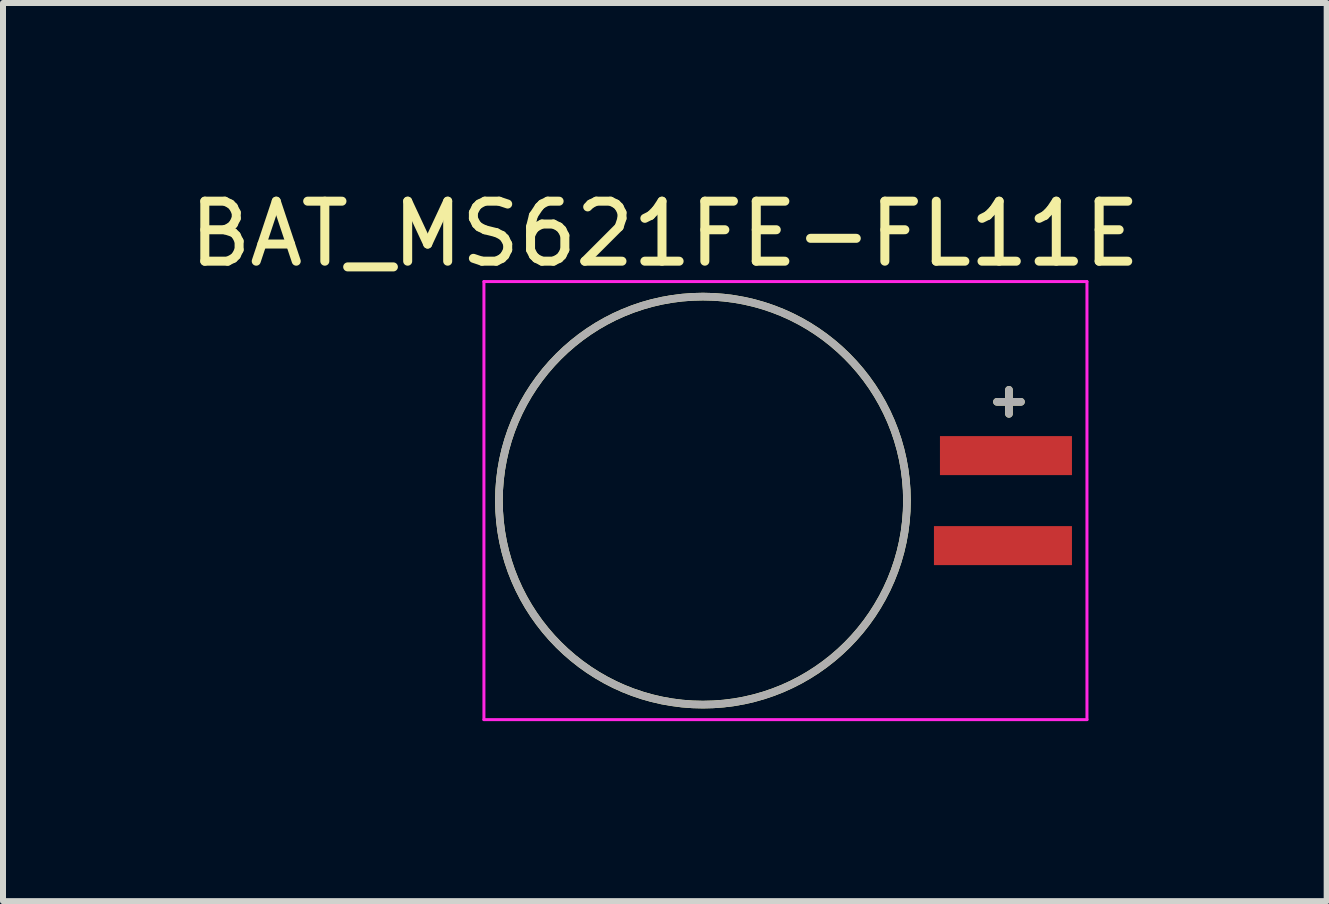
<source format=kicad_pcb>
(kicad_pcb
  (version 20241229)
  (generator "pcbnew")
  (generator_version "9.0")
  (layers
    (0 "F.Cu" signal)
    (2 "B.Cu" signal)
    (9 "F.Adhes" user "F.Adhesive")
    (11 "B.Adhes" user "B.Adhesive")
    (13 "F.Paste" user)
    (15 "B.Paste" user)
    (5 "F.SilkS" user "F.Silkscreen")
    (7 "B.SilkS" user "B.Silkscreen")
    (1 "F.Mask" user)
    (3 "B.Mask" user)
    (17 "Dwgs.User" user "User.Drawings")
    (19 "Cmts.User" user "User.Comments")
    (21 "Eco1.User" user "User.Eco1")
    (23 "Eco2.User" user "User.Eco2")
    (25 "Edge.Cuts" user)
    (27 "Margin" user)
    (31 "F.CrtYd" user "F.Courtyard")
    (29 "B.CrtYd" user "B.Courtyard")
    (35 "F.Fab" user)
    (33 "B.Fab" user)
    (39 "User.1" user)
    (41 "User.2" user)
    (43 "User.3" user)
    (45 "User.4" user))
  (footprint "BAT_MS621FE-FL11E"
    (layer "F.Cu")
    (at 8.665 5.293)
    (property "Reference" "BAT_MS621FE-FL11E" (at -0.635 -4.445 0) (layer "F.SilkS") (effects (font (size 1 1) (thickness 0.15))))
    (attr smd)
    (fp_line (start 4.9 -1.646) (end 5.3 -1.646) (stroke (width 0.127) (type solid)) (layer "F.SilkS"))
    (fp_line (start 5.1 -1.846) (end 5.1 -1.446) (stroke (width 0.127) (type solid)) (layer "F.SilkS"))
    (fp_circle (center 0 0) (end 3.4 0) (stroke (width 0.127) (type solid)) (fill no) (layer "F.SilkS"))
    (fp_line (start -3.65 -3.65) (end 6.4 -3.65) (stroke (width 0.05) (type solid)) (layer "F.CrtYd"))
    (fp_line (start -3.65 3.65) (end -3.65 -3.65) (stroke (width 0.05) (type solid)) (layer "F.CrtYd"))
    (fp_line (start 6.4 -3.65) (end 6.4 3.65) (stroke (width 0.05) (type solid)) (layer "F.CrtYd"))
    (fp_line (start 6.4 3.65) (end -3.65 3.65) (stroke (width 0.05) (type solid)) (layer "F.CrtYd"))
    (fp_line (start 4.9 -1.646) (end 5.3 -1.646) (stroke (width 0.127) (type solid)) (layer "F.Fab"))
    (fp_line (start 5.1 -1.846) (end 5.1 -1.446) (stroke (width 0.127) (type solid)) (layer "F.Fab"))
    (fp_circle (center 0 0) (end 3.4 0) (stroke (width 0.127) (type solid)) (fill no) (layer "F.Fab"))
    (pad "+" smd rect (at 5.05 -0.75) (size 2.2 0.65) (layers "F.Cu" "F.Mask" "F.Paste"))
    (pad "-" smd rect (at 5 0.75) (size 2.3 0.65) (layers "F.Cu" "F.Mask" "F.Paste")))
  (gr_rect
    (start -3 -3)
    (end 19.06 11.968)
    (stroke (width 0.1) (type default))
    (fill no)
    (layer "Edge.Cuts")))
</source>
